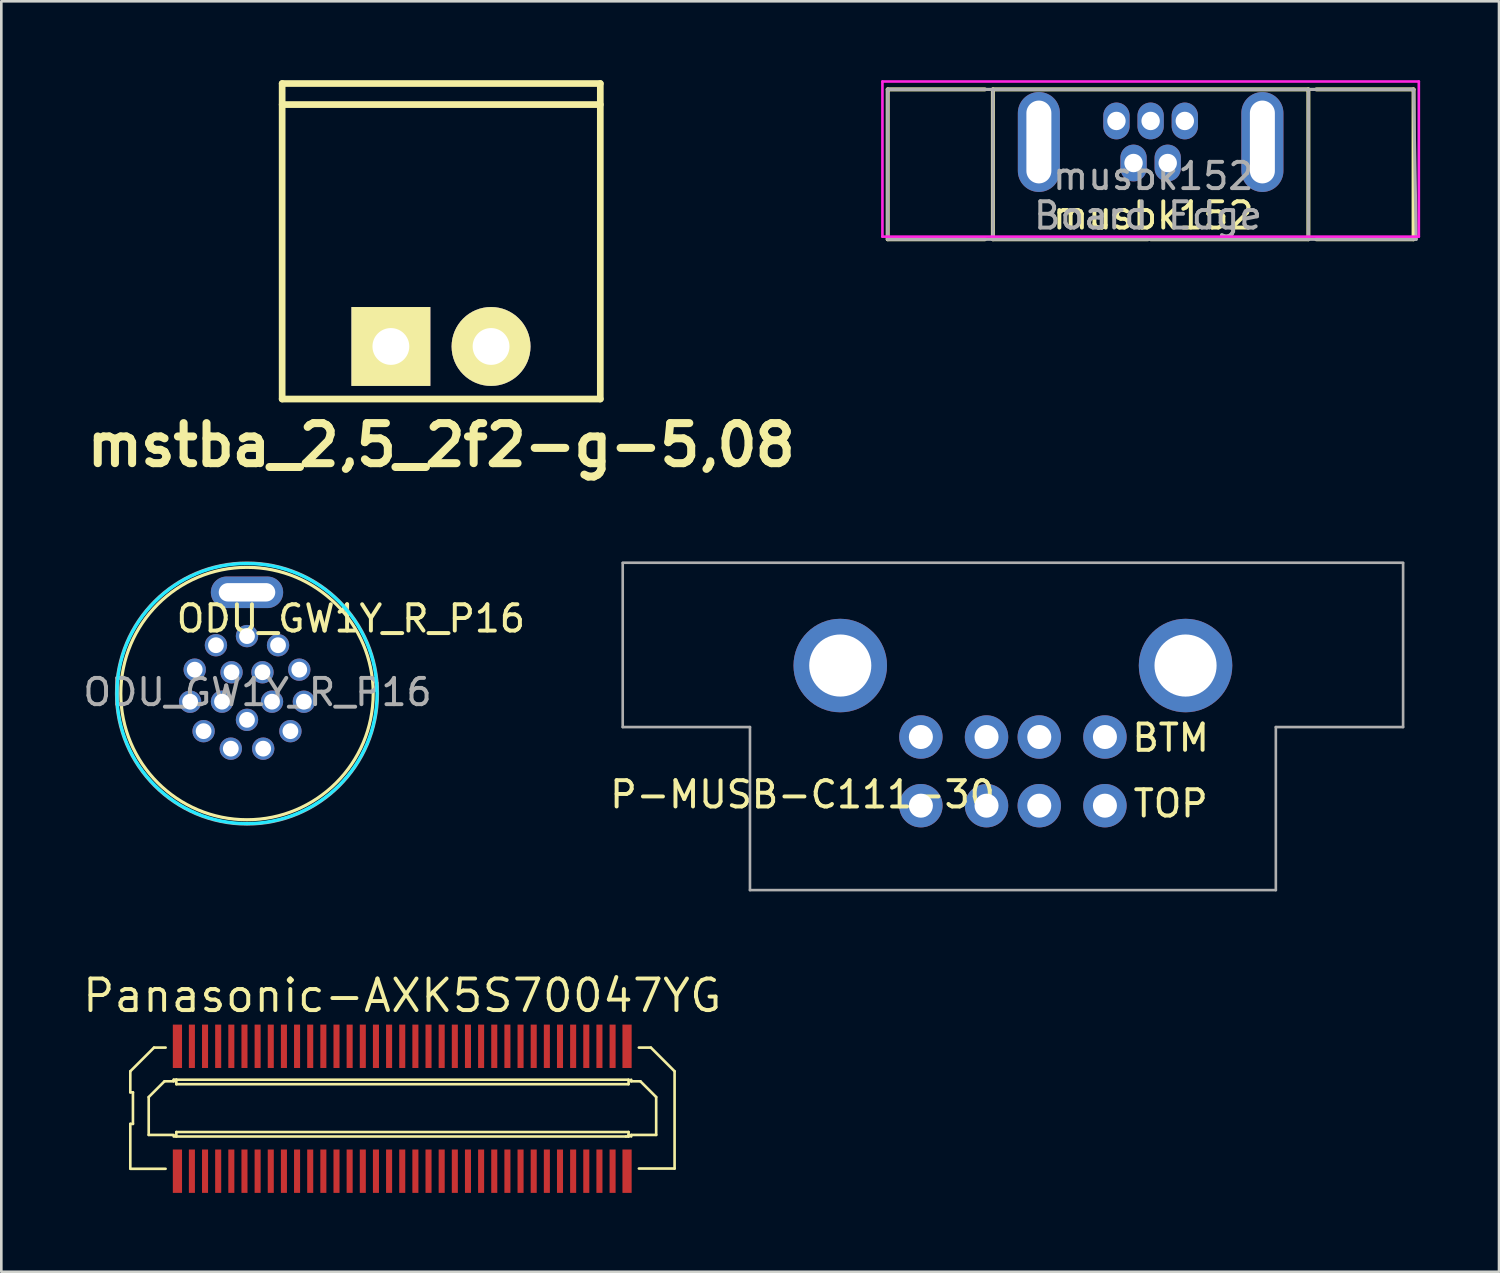
<source format=kicad_pcb>
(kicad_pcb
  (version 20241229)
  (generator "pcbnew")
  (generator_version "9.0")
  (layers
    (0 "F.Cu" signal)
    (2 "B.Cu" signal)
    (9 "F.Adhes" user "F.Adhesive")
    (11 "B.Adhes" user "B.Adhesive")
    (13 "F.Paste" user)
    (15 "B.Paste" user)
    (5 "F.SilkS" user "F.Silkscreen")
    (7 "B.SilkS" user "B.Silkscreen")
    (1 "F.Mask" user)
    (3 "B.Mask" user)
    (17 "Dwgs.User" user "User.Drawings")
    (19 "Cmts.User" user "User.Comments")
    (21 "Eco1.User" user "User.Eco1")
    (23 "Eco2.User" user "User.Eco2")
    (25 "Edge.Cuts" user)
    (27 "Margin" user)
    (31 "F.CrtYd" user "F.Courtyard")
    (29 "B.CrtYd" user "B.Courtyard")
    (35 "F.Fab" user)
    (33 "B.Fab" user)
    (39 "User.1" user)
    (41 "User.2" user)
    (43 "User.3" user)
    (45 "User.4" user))
  (footprint "Panasonic-AXK5S70047YG"
    (layer "F.Cu")
    (at 12.248 39.118)
    (property "Reference" "Panasonic-AXK5S70047YG" (at 0 -4.3 0) (layer "F.SilkS") (effects (font (size 1.2 1.2) (thickness 0.15))))
    (attr through_hole)
    (fp_line (start -10.342 -0.624) (end -10.342 -1.424) (stroke (width 0.1) (type solid)) (layer "F.SilkS"))
    (fp_line (start -10.342 2.276) (end -10.342 0.576) (stroke (width 0.1) (type solid)) (layer "F.SilkS"))
    (fp_line (start -10.242 -0.624) (end -10.342 -0.624) (stroke (width 0.1) (type solid)) (layer "F.SilkS"))
    (fp_line (start -10.242 -0.624) (end -10.242 0.576) (stroke (width 0.1) (type solid)) (layer "F.SilkS"))
    (fp_line (start -10.242 0.576) (end -10.342 0.576) (stroke (width 0.1) (type solid)) (layer "F.SilkS"))
    (fp_line (start -9.642 -0.444) (end -9.642 0.996) (stroke (width 0.1) (type solid)) (layer "F.SilkS"))
    (fp_line (start -9.642 -0.444) (end -9.042 -1.044) (stroke (width 0.1) (type solid)) (layer "F.SilkS"))
    (fp_line (start -9.642 0.996) (end -8.692 0.996) (stroke (width 0.1) (type solid)) (layer "F.SilkS"))
    (fp_line (start -9.442 -2.324) (end -10.342 -1.424) (stroke (width 0.1) (type solid)) (layer "F.SilkS"))
    (fp_line (start -9.44 -2.326) (end -8.999 -2.326) (stroke (width 0.1) (type solid)) (layer "F.SilkS"))
    (fp_line (start -9 2.284) (end -10.34 2.284) (stroke (width 0.1) (type solid)) (layer "F.SilkS"))
    (fp_line (start -8.692 -1.104) (end -8.692 -1.044) (stroke (width 0.1) (type solid)) (layer "F.SilkS"))
    (fp_line (start -8.692 -1.044) (end -9.042 -1.044) (stroke (width 0.1) (type solid)) (layer "F.SilkS"))
    (fp_line (start -8.692 1.056) (end 8.508 1.056) (stroke (width 0.1) (type solid)) (layer "F.SilkS"))
    (fp_line (start -8.592 -1.104) (end -8.692 -1.104) (stroke (width 0.1) (type solid)) (layer "F.SilkS"))
    (fp_line (start -8.592 -1.104) (end 8.608 -1.104) (stroke (width 0.1) (type solid)) (layer "F.SilkS"))
    (fp_line (start -8.592 -0.934) (end -8.592 -1.104) (stroke (width 0.1) (type solid)) (layer "F.SilkS"))
    (fp_line (start -8.592 0.886) (end -8.592 1.056) (stroke (width 0.1) (type solid)) (layer "F.SilkS"))
    (fp_line (start 8.608 -1.104) (end 8.608 -0.934) (stroke (width 0.1) (type solid)) (layer "F.SilkS"))
    (fp_line (start 8.608 -0.934) (end -8.592 -0.934) (stroke (width 0.1) (type solid)) (layer "F.SilkS"))
    (fp_line (start 8.608 0.886) (end -8.592 0.886) (stroke (width 0.1) (type solid)) (layer "F.SilkS"))
    (fp_line (start 8.608 1.056) (end 8.508 1.056) (stroke (width 0.1) (type solid)) (layer "F.SilkS"))
    (fp_line (start 8.608 1.056) (end 8.608 0.886) (stroke (width 0.1) (type solid)) (layer "F.SilkS"))
    (fp_line (start 8.608 1.056) (end 8.608 0.996) (stroke (width 0.1) (type solid)) (layer "F.SilkS"))
    (fp_line (start 8.708 -1.104) (end 8.708 -1.044) (stroke (width 0.1) (type solid)) (layer "F.SilkS"))
    (fp_line (start 8.708 -1.044) (end 9.058 -1.044) (stroke (width 0.1) (type solid)) (layer "F.SilkS"))
    (fp_line (start 8.708 1.056) (end 8.708 0.996) (stroke (width 0.1) (type solid)) (layer "F.SilkS"))
    (fp_line (start 9.455 -2.326) (end 8.999 -2.326) (stroke (width 0.1) (type solid)) (layer "F.SilkS"))
    (fp_line (start 9.458 -2.324) (end 10.358 -1.424) (stroke (width 0.1) (type solid)) (layer "F.SilkS"))
    (fp_line (start 9.658 -0.444) (end 9.058 -1.044) (stroke (width 0.1) (type solid)) (layer "F.SilkS"))
    (fp_line (start 9.658 -0.444) (end 9.658 0.996) (stroke (width 0.1) (type solid)) (layer "F.SilkS"))
    (fp_line (start 9.658 0.996) (end 8.708 0.996) (stroke (width 0.1) (type solid)) (layer "F.SilkS"))
    (fp_line (start 10.358 2.276) (end 10.358 -1.424) (stroke (width 0.1) (type solid)) (layer "F.SilkS"))
    (fp_line (start 10.36 2.274) (end 9 2.274) (stroke (width 0.1) (type solid)) (layer "F.SilkS"))
    (pad "1" smd rect (at -8.55 -2.375) (size 0.35 1.65) (layers "F.Cu" "F.Mask" "F.Paste"))
    (pad "2" smd rect (at -8.55 2.375) (size 0.35 1.65) (layers "F.Cu" "F.Mask" "F.Paste"))
    (pad "3" smd rect (at -8 -2.375) (size 0.23 1.65) (layers "F.Cu" "F.Mask" "F.Paste"))
    (pad "4" smd rect (at -8 2.375) (size 0.23 1.65) (layers "F.Cu" "F.Mask" "F.Paste"))
    (pad "5" smd rect (at -7.5 -2.375) (size 0.23 1.65) (layers "F.Cu" "F.Mask" "F.Paste"))
    (pad "6" smd rect (at -7.5 2.375) (size 0.23 1.65) (layers "F.Cu" "F.Mask" "F.Paste"))
    (pad "7" smd rect (at -7 -2.375) (size 0.23 1.65) (layers "F.Cu" "F.Mask" "F.Paste"))
    (pad "8" smd rect (at -7 2.375) (size 0.23 1.65) (layers "F.Cu" "F.Mask" "F.Paste"))
    (pad "9" smd rect (at -6.5 -2.375) (size 0.23 1.65) (layers "F.Cu" "F.Mask" "F.Paste"))
    (pad "10" smd rect (at -6.5 2.375) (size 0.23 1.65) (layers "F.Cu" "F.Mask" "F.Paste"))
    (pad "11" smd rect (at -6 -2.375) (size 0.23 1.65) (layers "F.Cu" "F.Mask" "F.Paste"))
    (pad "12" smd rect (at -6 2.375) (size 0.23 1.65) (layers "F.Cu" "F.Mask" "F.Paste"))
    (pad "13" smd rect (at -5.5 -2.375) (size 0.23 1.65) (layers "F.Cu" "F.Mask" "F.Paste"))
    (pad "14" smd rect (at -5.5 2.375) (size 0.23 1.65) (layers "F.Cu" "F.Mask" "F.Paste"))
    (pad "15" smd rect (at -5 -2.375) (size 0.23 1.65) (layers "F.Cu" "F.Mask" "F.Paste"))
    (pad "16" smd rect (at -5 2.375) (size 0.23 1.65) (layers "F.Cu" "F.Mask" "F.Paste"))
    (pad "17" smd rect (at -4.5 -2.375) (size 0.23 1.65) (layers "F.Cu" "F.Mask" "F.Paste"))
    (pad "18" smd rect (at -4.5 2.375) (size 0.23 1.65) (layers "F.Cu" "F.Mask" "F.Paste"))
    (pad "19" smd rect (at -4 -2.375) (size 0.23 1.65) (layers "F.Cu" "F.Mask" "F.Paste"))
    (pad "20" smd rect (at -4 2.375) (size 0.23 1.65) (layers "F.Cu" "F.Mask" "F.Paste"))
    (pad "21" smd rect (at -3.5 -2.375) (size 0.23 1.65) (layers "F.Cu" "F.Mask" "F.Paste"))
    (pad "22" smd rect (at -3.5 2.375) (size 0.23 1.65) (layers "F.Cu" "F.Mask" "F.Paste"))
    (pad "23" smd rect (at -3 -2.375) (size 0.23 1.65) (layers "F.Cu" "F.Mask" "F.Paste"))
    (pad "24" smd rect (at -3 2.375) (size 0.23 1.65) (layers "F.Cu" "F.Mask" "F.Paste"))
    (pad "25" smd rect (at -2.5 -2.375) (size 0.23 1.65) (layers "F.Cu" "F.Mask" "F.Paste"))
    (pad "26" smd rect (at -2.5 2.375) (size 0.23 1.65) (layers "F.Cu" "F.Mask" "F.Paste"))
    (pad "27" smd rect (at -2 -2.375) (size 0.23 1.65) (layers "F.Cu" "F.Mask" "F.Paste"))
    (pad "28" smd rect (at -2 2.375) (size 0.23 1.65) (layers "F.Cu" "F.Mask" "F.Paste"))
    (pad "29" smd rect (at -1.5 -2.375) (size 0.23 1.65) (layers "F.Cu" "F.Mask" "F.Paste"))
    (pad "30" smd rect (at -1.5 2.375) (size 0.23 1.65) (layers "F.Cu" "F.Mask" "F.Paste"))
    (pad "31" smd rect (at -1 -2.375) (size 0.23 1.65) (layers "F.Cu" "F.Mask" "F.Paste"))
    (pad "32" smd rect (at -1 2.375) (size 0.23 1.65) (layers "F.Cu" "F.Mask" "F.Paste"))
    (pad "33" smd rect (at -0.5 -2.375) (size 0.23 1.65) (layers "F.Cu" "F.Mask" "F.Paste"))
    (pad "34" smd rect (at -0.5 2.375) (size 0.23 1.65) (layers "F.Cu" "F.Mask" "F.Paste"))
    (pad "35" smd rect (at 0 -2.375) (size 0.23 1.65) (layers "F.Cu" "F.Mask" "F.Paste"))
    (pad "36" smd rect (at 0 2.375) (size 0.23 1.65) (layers "F.Cu" "F.Mask" "F.Paste"))
    (pad "37" smd rect (at 0.5 -2.375) (size 0.23 1.65) (layers "F.Cu" "F.Mask" "F.Paste"))
    (pad "38" smd rect (at 0.5 2.375) (size 0.23 1.65) (layers "F.Cu" "F.Mask" "F.Paste"))
    (pad "39" smd rect (at 1 -2.375) (size 0.23 1.65) (layers "F.Cu" "F.Mask" "F.Paste"))
    (pad "40" smd rect (at 1 2.375) (size 0.23 1.65) (layers "F.Cu" "F.Mask" "F.Paste"))
    (pad "41" smd rect (at 1.5 -2.375) (size 0.23 1.65) (layers "F.Cu" "F.Mask" "F.Paste"))
    (pad "42" smd rect (at 1.5 2.375) (size 0.23 1.65) (layers "F.Cu" "F.Mask" "F.Paste"))
    (pad "43" smd rect (at 2 -2.375) (size 0.23 1.65) (layers "F.Cu" "F.Mask" "F.Paste"))
    (pad "44" smd rect (at 2 2.375) (size 0.23 1.65) (layers "F.Cu" "F.Mask" "F.Paste"))
    (pad "45" smd rect (at 2.5 -2.375) (size 0.23 1.65) (layers "F.Cu" "F.Mask" "F.Paste"))
    (pad "46" smd rect (at 2.5 2.375) (size 0.23 1.65) (layers "F.Cu" "F.Mask" "F.Paste"))
    (pad "47" smd rect (at 3 -2.375) (size 0.23 1.65) (layers "F.Cu" "F.Mask" "F.Paste"))
    (pad "48" smd rect (at 3 2.375) (size 0.23 1.65) (layers "F.Cu" "F.Mask" "F.Paste"))
    (pad "49" smd rect (at 3.5 -2.375) (size 0.23 1.65) (layers "F.Cu" "F.Mask" "F.Paste"))
    (pad "50" smd rect (at 3.5 2.375) (size 0.23 1.65) (layers "F.Cu" "F.Mask" "F.Paste"))
    (pad "51" smd rect (at 4 -2.375) (size 0.23 1.65) (layers "F.Cu" "F.Mask" "F.Paste"))
    (pad "52" smd rect (at 4 2.375) (size 0.23 1.65) (layers "F.Cu" "F.Mask" "F.Paste"))
    (pad "53" smd rect (at 4.5 -2.375) (size 0.23 1.65) (layers "F.Cu" "F.Mask" "F.Paste"))
    (pad "54" smd rect (at 4.5 2.375) (size 0.23 1.65) (layers "F.Cu" "F.Mask" "F.Paste"))
    (pad "55" smd rect (at 5 -2.375) (size 0.23 1.65) (layers "F.Cu" "F.Mask" "F.Paste"))
    (pad "56" smd rect (at 5 2.375) (size 0.23 1.65) (layers "F.Cu" "F.Mask" "F.Paste"))
    (pad "57" smd rect (at 5.5 -2.375) (size 0.23 1.65) (layers "F.Cu" "F.Mask" "F.Paste"))
    (pad "58" smd rect (at 5.5 2.375) (size 0.23 1.65) (layers "F.Cu" "F.Mask" "F.Paste"))
    (pad "59" smd rect (at 6 -2.375) (size 0.23 1.65) (layers "F.Cu" "F.Mask" "F.Paste"))
    (pad "60" smd rect (at 6 2.375) (size 0.23 1.65) (layers "F.Cu" "F.Mask" "F.Paste"))
    (pad "61" smd rect (at 6.5 -2.375) (size 0.23 1.65) (layers "F.Cu" "F.Mask" "F.Paste"))
    (pad "62" smd rect (at 6.5 2.375) (size 0.23 1.65) (layers "F.Cu" "F.Mask" "F.Paste"))
    (pad "63" smd rect (at 7 -2.375) (size 0.23 1.65) (layers "F.Cu" "F.Mask" "F.Paste"))
    (pad "64" smd rect (at 7 2.375) (size 0.23 1.65) (layers "F.Cu" "F.Mask" "F.Paste"))
    (pad "65" smd rect (at 7.5 -2.375) (size 0.23 1.65) (layers "F.Cu" "F.Mask" "F.Paste"))
    (pad "66" smd rect (at 7.5 2.375) (size 0.23 1.65) (layers "F.Cu" "F.Mask" "F.Paste"))
    (pad "67" smd rect (at 8 -2.375) (size 0.23 1.65) (layers "F.Cu" "F.Mask" "F.Paste"))
    (pad "68" smd rect (at 8 2.375) (size 0.23 1.65) (layers "F.Cu" "F.Mask" "F.Paste"))
    (pad "69" smd rect (at 8.55 -2.375) (size 0.35 1.65) (layers "F.Cu" "F.Mask" "F.Paste"))
    (pad "70" smd rect (at 8.55 2.375) (size 0.35 1.65) (layers "F.Cu" "F.Mask" "F.Paste")))
  (footprint "musbk152"
    (layer "F.Cu")
    (at 40.711 2.35)
    (property "Reference" "musbk152" (at 0.1 2.8 0) (layer "F.SilkS") (effects (font (size 1 1) (thickness 0.15))))
    (attr through_hole)
    (fp_line (start -10 -2) (end -6.3 -2) (stroke (width 0.15) (type solid)) (layer "F.SilkS"))
    (fp_line (start -10 3.7) (end -10 -2) (stroke (width 0.15) (type solid)) (layer "F.SilkS"))
    (fp_line (start -6.3 3.7) (end -10 3.7) (stroke (width 0.15) (type solid)) (layer "F.SilkS"))
    (fp_line (start -6 -2) (end -6 3.7) (stroke (width 0.15) (type solid)) (layer "F.SilkS"))
    (fp_line (start -6 3.7) (end -0.1 3.7) (stroke (width 0.15) (type solid)) (layer "F.SilkS"))
    (fp_line (start 0 3.7) (end 6 3.7) (stroke (width 0.15) (type solid)) (layer "F.SilkS"))
    (fp_line (start 6 -2) (end -6 -2) (stroke (width 0.15) (type solid)) (layer "F.SilkS"))
    (fp_line (start 6 3.7) (end 6 -2) (stroke (width 0.15) (type solid)) (layer "F.SilkS"))
    (fp_line (start 6.3 -2) (end 10 -2) (stroke (width 0.15) (type solid)) (layer "F.SilkS"))
    (fp_line (start 10 -2) (end 10 3.7) (stroke (width 0.15) (type solid)) (layer "F.SilkS"))
    (fp_line (start 10 3.7) (end 6.3 3.7) (stroke (width 0.15) (type solid)) (layer "F.SilkS"))
    (fp_line (start -10.2 -2.3) (end 10.2 -2.3) (stroke (width 0.1) (type solid)) (layer "F.CrtYd"))
    (fp_line (start -10.2 3.6) (end -10.2 -2.3) (stroke (width 0.1) (type solid)) (layer "F.CrtYd"))
    (fp_line (start 10.2 -2.3) (end 10.2 3.6) (stroke (width 0.1) (type solid)) (layer "F.CrtYd"))
    (fp_line (start 10.2 3.6) (end -10.2 3.6) (stroke (width 0.1) (type solid)) (layer "F.CrtYd"))
    (fp_line (start -10 -2) (end 10 -2) (stroke (width 0.12) (type solid)) (layer "F.Fab"))
    (fp_line (start -10 3.7) (end -10 -2) (stroke (width 0.12) (type solid)) (layer "F.Fab"))
    (fp_line (start -6 -2) (end -6 3.7) (stroke (width 0.12) (type solid)) (layer "F.Fab"))
    (fp_line (start 6 -1.9) (end 6 3.7) (stroke (width 0.12) (type solid)) (layer "F.Fab"))
    (fp_line (start 10 -2) (end 10.1 3.7) (stroke (width 0.12) (type solid)) (layer "F.Fab"))
    (fp_line (start 10.1 3.7) (end -10 3.7) (stroke (width 0.12) (type solid)) (layer "F.Fab"))
    (fp_text user "Board Edge" (at -0.1 2.8 0) (layer "F.Fab") (effects (font (size 1 1) (thickness 0.15))))
    (fp_text user "${REFERENCE}" (at 0.1 1.3 0) (layer "F.Fab") (effects (font (size 1 1) (thickness 0.15))))
    (pad "1" thru_hole oval (at -1.3 -0.8) (size 1 1.4) (drill 0.7) (layers "*.Cu" "*.Mask"))
    (pad "2" thru_hole oval (at -0.65 0.8) (size 1 1.4) (drill 0.7) (layers "*.Cu" "*.Mask"))
    (pad "3" thru_hole oval (at 0 -0.8) (size 1 1.4) (drill 0.7) (layers "*.Cu" "*.Mask"))
    (pad "4" thru_hole oval (at 0.65 0.8) (size 1 1.4) (drill 0.7) (layers "*.Cu" "*.Mask"))
    (pad "5" thru_hole oval (at 1.3 -0.8) (size 1 1.4) (drill 0.7) (layers "*.Cu" "*.Mask"))
    (pad "6" thru_hole oval (at -4.25 0) (size 1.6 3.8) (drill oval 0.95 3.15) (layers "*.Cu" "*.Mask"))
    (pad "7" thru_hole oval (at 4.25 0) (size 1.6 3.8) (drill oval 0.95 3.15) (layers "*.Cu" "*.Mask")))
  (footprint "P-MUSB-C111-30"
    (layer "F.Cu")
    (at 35.473 22.262)
    (property "Reference" "P-MUSB-C111-30" (at -8 4.905 0) (layer "F.SilkS") (effects (font (size 1 1) (thickness 0.15))))
    (attr through_hole)
    (fp_line (start -14.84 -3.91) (end 14.84 -3.91) (stroke (width 0.1) (type solid)) (layer "Eco2.User"))
    (fp_line (start -14.84 -3.91) (end 14.84 -3.91) (stroke (width 0.1) (type solid)) (layer "F.Fab"))
    (fp_line (start -14.84 2.34) (end -14.84 -3.895) (stroke (width 0.1) (type solid)) (layer "F.Fab"))
    (fp_line (start -10 2.34) (end -14.84 2.34) (stroke (width 0.1) (type solid)) (layer "F.Fab"))
    (fp_line (start -10 8.54) (end -10 2.34) (stroke (width 0.1) (type solid)) (layer "F.Fab"))
    (fp_line (start -10 8.54) (end 10 8.54) (stroke (width 0.1) (type solid)) (layer "F.Fab"))
    (fp_line (start 10 2.34) (end 14.84 2.34) (stroke (width 0.1) (type solid)) (layer "F.Fab"))
    (fp_line (start 10 8.54) (end 10 2.34) (stroke (width 0.1) (type solid)) (layer "F.Fab"))
    (fp_line (start 14.84 2.34) (end 14.84 -3.895) (stroke (width 0.1) (type solid)) (layer "F.Fab"))
    (fp_text user "BTM" (at 6 2.75 0) (layer "F.SilkS") (effects (font (size 1 1) (thickness 0.15))))
    (fp_text user "TOP" (at 6 5.25 0) (layer "F.SilkS") (effects (font (size 1 1) (thickness 0.15))))
    (pad "1" thru_hole circle (at 3.5 5.33) (size 1.651 1.651) (drill 0.914) (layers "*.Cu" "*.Mask"))
    (pad "2" thru_hole circle (at 1.003 5.33) (size 1.651 1.651) (drill 0.914) (layers "*.Cu" "*.Mask"))
    (pad "3" thru_hole circle (at -1.003 5.33) (size 1.651 1.651) (drill 0.914) (layers "*.Cu" "*.Mask"))
    (pad "4" thru_hole circle (at -3.5 5.33) (size 1.651 1.651) (drill 0.914) (layers "*.Cu" "*.Mask"))
    (pad "5" thru_hole circle (at 3.5 2.718) (size 1.651 1.651) (drill 0.914) (layers "*.Cu" "*.Mask"))
    (pad "6" thru_hole circle (at 1.003 2.718) (size 1.651 1.651) (drill 0.914) (layers "*.Cu" "*.Mask"))
    (pad "7" thru_hole circle (at -1.003 2.718) (size 1.651 1.651) (drill 0.914) (layers "*.Cu" "*.Mask"))
    (pad "8" thru_hole circle (at -3.5 2.718) (size 1.651 1.651) (drill 0.914) (layers "*.Cu" "*.Mask"))
    (pad "9" thru_hole circle (at 6.566 0) (size 3.556 3.556) (drill 2.362) (layers "*.Cu" "*.Mask"))
    (pad "10" thru_hole circle (at -6.566 0) (size 3.556 3.556) (drill 2.362) (layers "*.Cu" "*.Mask")))
  (footprint "mstba_2,5_2f2-g-5,08"
    (layer "F.Cu")
    (at 13.731 10.127)
    (property "Reference" "mstba_2,5_2f2-g-5,08" (at 0 3.749 0) (layer "F.SilkS") (effects (font (size 1.524 1.524) (thickness 0.305))))
    (attr through_hole)
    (fp_line (start -6.05 -9.2) (end 6.05 -9.2) (stroke (width 0.254) (type solid)) (layer "F.SilkS"))
    (fp_line (start -6.05 1.999) (end -6.05 -10) (stroke (width 0.254) (type solid)) (layer "F.SilkS"))
    (fp_line (start 6.05 -10) (end -6.05 -10) (stroke (width 0.254) (type solid)) (layer "F.SilkS"))
    (fp_line (start 6.05 1.999) (end -6.05 1.999) (stroke (width 0.254) (type solid)) (layer "F.SilkS"))
    (fp_line (start 6.05 1.999) (end 6.05 -10) (stroke (width 0.254) (type solid)) (layer "F.SilkS"))
    (pad "1" thru_hole rect (at -1.915 0) (size 3 3) (drill 1.4) (layers "*.Cu" "*.Mask" "F.SilkS"))
    (pad "2" thru_hole circle (at 1.895 0) (size 3 3) (drill 1.4) (layers "*.Cu" "*.Mask" "F.SilkS")))
  (footprint "ODU_GW1Y_R_P16"
    (layer "F.Cu")
    (at 6.344 23.327)
    (property "Reference" "ODU_GW1Y_R_P16" (at 3.95 -2.85 0) (layer "F.SilkS") (effects (font (size 1 1) (thickness 0.15))))
    (attr through_hole)
    (fp_circle (center 0 0) (end 4.8 0) (stroke (width 0.12) (type solid)) (fill no) (layer "F.SilkS"))
    (fp_circle (center 0 0) (end 2.35 -4.35) (stroke (width 0.12) (type solid)) (fill no) (layer "B.CrtYd"))
    (fp_circle (center 0 0) (end 2.2 -4.45) (stroke (width 0.12) (type solid)) (fill no) (layer "F.Fab"))
    (fp_text user "${REFERENCE}" (at 0.4 -0.05 0) (layer "F.Fab") (effects (font (size 1 1) (thickness 0.15))))
    (pad "1" thru_hole circle (at 0 -2.185) (size 0.85 0.85) (drill 0.6) (layers "*.Cu" "*.Mask"))
    (pad "2" thru_hole circle (at 1.181 -1.838) (size 0.85 0.85) (drill 0.6) (layers "*.Cu" "*.Mask"))
    (pad "3" thru_hole circle (at 1.988 -0.908) (size 0.85 0.85) (drill 0.6) (layers "*.Cu" "*.Mask"))
    (pad "4" thru_hole circle (at 2.163 0.311) (size 0.85 0.85) (drill 0.6) (layers "*.Cu" "*.Mask"))
    (pad "5" thru_hole circle (at 1.651 1.431) (size 0.85 0.85) (drill 0.6) (layers "*.Cu" "*.Mask"))
    (pad "6" thru_hole circle (at 0.616 2.096) (size 0.85 0.85) (drill 0.6) (layers "*.Cu" "*.Mask"))
    (pad "7" thru_hole circle (at -0.616 2.096) (size 0.85 0.85) (drill 0.6) (layers "*.Cu" "*.Mask"))
    (pad "8" thru_hole circle (at -1.651 1.431) (size 0.85 0.85) (drill 0.6) (layers "*.Cu" "*.Mask"))
    (pad "9" thru_hole circle (at -2.163 0.311) (size 0.85 0.85) (drill 0.6) (layers "*.Cu" "*.Mask"))
    (pad "10" thru_hole circle (at -1.988 -0.908) (size 0.85 0.85) (drill 0.6) (layers "*.Cu" "*.Mask"))
    (pad "11" thru_hole circle (at -1.181 -1.838) (size 0.85 0.85) (drill 0.6) (layers "*.Cu" "*.Mask"))
    (pad "12" thru_hole circle (at 0.588 -0.809) (size 0.85 0.85) (drill 0.6) (layers "*.Cu" "*.Mask"))
    (pad "13" thru_hole circle (at 0.951 0.309) (size 0.85 0.85) (drill 0.6) (layers "*.Cu" "*.Mask"))
    (pad "14" thru_hole circle (at 0 1) (size 0.85 0.85) (drill 0.6) (layers "*.Cu" "*.Mask"))
    (pad "15" thru_hole circle (at -0.951 0.309) (size 0.85 0.85) (drill 0.6) (layers "*.Cu" "*.Mask"))
    (pad "16" thru_hole circle (at -0.588 -0.809) (size 0.85 0.85) (drill 0.6) (layers "*.Cu" "*.Mask"))
    (pad "17" thru_hole oval (at 0 -3.85) (size 2.75 1.2) (drill oval 2.15 0.7) (layers "*.Cu" "*.Mask")))
  (gr_rect
    (start -3 -3)
    (end 53.961 45.318)
    (stroke (width 0.1) (type default))
    (fill no)
    (layer "Edge.Cuts")))
</source>
